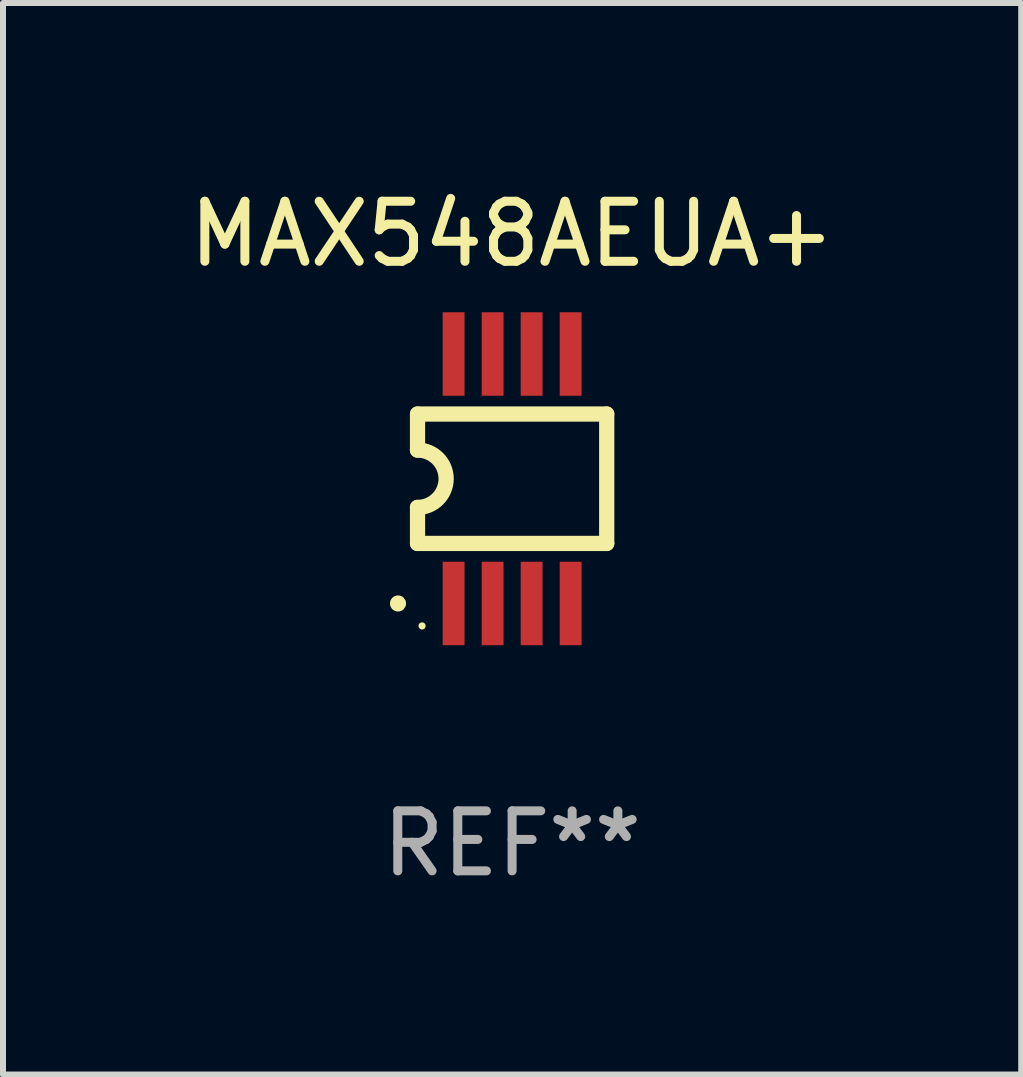
<source format=kicad_pcb>
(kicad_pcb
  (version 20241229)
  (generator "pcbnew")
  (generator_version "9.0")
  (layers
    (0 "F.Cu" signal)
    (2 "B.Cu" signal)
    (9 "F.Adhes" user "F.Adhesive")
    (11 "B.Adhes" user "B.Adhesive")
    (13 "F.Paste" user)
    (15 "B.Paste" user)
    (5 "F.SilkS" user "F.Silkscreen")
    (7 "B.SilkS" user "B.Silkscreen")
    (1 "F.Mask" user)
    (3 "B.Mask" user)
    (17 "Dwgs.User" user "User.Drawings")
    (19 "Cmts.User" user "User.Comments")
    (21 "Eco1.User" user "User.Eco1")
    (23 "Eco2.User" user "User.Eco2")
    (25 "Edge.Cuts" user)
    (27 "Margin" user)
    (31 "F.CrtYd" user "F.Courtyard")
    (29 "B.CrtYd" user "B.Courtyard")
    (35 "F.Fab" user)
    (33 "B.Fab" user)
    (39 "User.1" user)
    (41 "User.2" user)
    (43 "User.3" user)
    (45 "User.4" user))
  (footprint "MAX548AEUA+"
    (layer "F.Cu")
    (at 5.482 4.926)
    (property "Reference" "MAX548AEUA+" (at 0 -4.078 0) (layer "F.SilkS") (effects (font (size 1 1) (thickness 0.15))))
    (attr through_hole)
    (fp_line (start -1.576 -1.078) (end -1.576 -0.478) (stroke (width 0.254) (type solid)) (layer "F.SilkS"))
    (fp_line (start -1.576 -1.078) (end 1.576 -1.078) (stroke (width 0.254) (type solid)) (layer "F.SilkS"))
    (fp_line (start -1.576 1.078) (end -1.576 0.478) (stroke (width 0.254) (type solid)) (layer "F.SilkS"))
    (fp_line (start 1.576 -1.078) (end 1.576 1.078) (stroke (width 0.254) (type solid)) (layer "F.SilkS"))
    (fp_line (start 1.576 1.078) (end -1.576 1.078) (stroke (width 0.254) (type solid)) (layer "F.SilkS"))
    (fp_arc (start -1.577343 -0.47752) (mid -1.099721 -0.000481) (end -1.5762 0.477699) (stroke (width 0.254001) (type solid)) (layer "F.SilkS"))
    (fp_circle (center -1.901 2.078) (end -1.834 2.078) (stroke (width 0.134) (type solid)) (fill no) (layer "F.SilkS"))
    (fp_circle (center -1.5 2.452) (end -1.47 2.452) (stroke (width 0.06) (type solid)) (fill no) (layer "F.SilkS"))
    (fp_text user "REF**" (at 0 6.078 0) (layer "F.Fab") (effects (font (size 1 1) (thickness 0.15))))
    (pad "1" smd rect (at -0.975 2.078) (size 0.364 1.391) (layers "F.Cu" "F.Mask" "F.Paste"))
    (pad "2" smd rect (at -0.325 2.078) (size 0.364 1.391) (layers "F.Cu" "F.Mask" "F.Paste"))
    (pad "3" smd rect (at 0.325 2.078) (size 0.364 1.391) (layers "F.Cu" "F.Mask" "F.Paste"))
    (pad "4" smd rect (at 0.975 2.078) (size 0.364 1.391) (layers "F.Cu" "F.Mask" "F.Paste"))
    (pad "5" smd rect (at 0.975 -2.078) (size 0.364 1.391) (layers "F.Cu" "F.Mask" "F.Paste"))
    (pad "6" smd rect (at 0.325 -2.078) (size 0.364 1.391) (layers "F.Cu" "F.Mask" "F.Paste"))
    (pad "7" smd rect (at -0.325 -2.078) (size 0.364 1.391) (layers "F.Cu" "F.Mask" "F.Paste"))
    (pad "8" smd rect (at -0.975 -2.078) (size 0.364 1.391) (layers "F.Cu" "F.Mask" "F.Paste")))
  (gr_rect
    (start -3 -3)
    (end 13.964 14.852)
    (stroke (width 0.1) (type default))
    (fill no)
    (layer "Edge.Cuts")))
</source>
